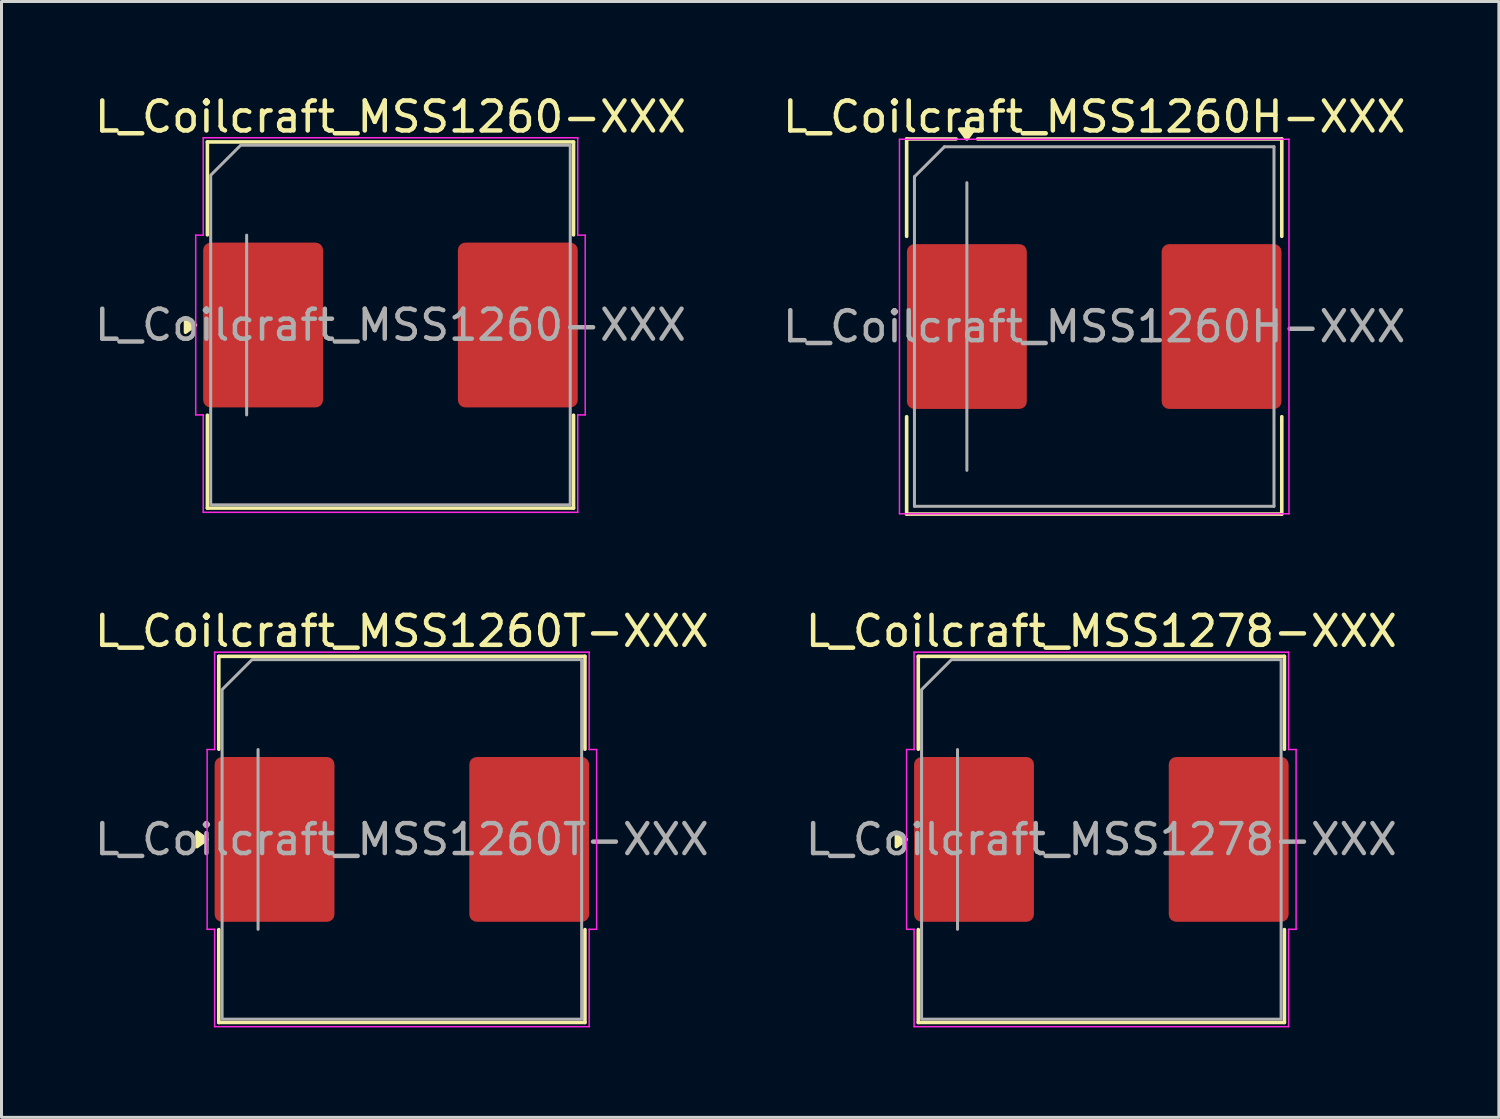
<source format=kicad_pcb>
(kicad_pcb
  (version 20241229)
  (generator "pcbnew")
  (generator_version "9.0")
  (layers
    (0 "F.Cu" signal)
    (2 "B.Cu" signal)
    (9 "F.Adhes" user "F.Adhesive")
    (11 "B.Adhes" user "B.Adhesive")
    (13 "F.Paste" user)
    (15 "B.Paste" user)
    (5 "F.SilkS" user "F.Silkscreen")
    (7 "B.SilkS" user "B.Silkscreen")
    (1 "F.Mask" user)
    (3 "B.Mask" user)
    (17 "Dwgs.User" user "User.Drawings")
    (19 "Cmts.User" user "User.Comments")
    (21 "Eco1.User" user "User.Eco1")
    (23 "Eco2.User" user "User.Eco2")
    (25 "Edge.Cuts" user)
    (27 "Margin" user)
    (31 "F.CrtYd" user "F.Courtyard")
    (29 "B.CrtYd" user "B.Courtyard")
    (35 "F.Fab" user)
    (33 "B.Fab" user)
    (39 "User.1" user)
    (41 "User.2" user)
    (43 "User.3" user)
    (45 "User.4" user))
  (footprint "L_Coilcraft_MSS1260T-XXX"
    (layer "F.Cu")
    (at 10.363 24.966)
    (property "Reference" "L_Coilcraft_MSS1260T-XXX" (at 0 -6.95 0) (layer "F.SilkS") (effects (font (size 1 1) (thickness 0.15))))
    (attr smd)
    (fp_line (start -6.11 -6.11) (end 6.11 -6.11) (stroke (width 0.12) (type solid)) (layer "F.SilkS"))
    (fp_line (start -6.11 -3.01) (end -6.11 -6.11) (stroke (width 0.12) (type solid)) (layer "F.SilkS"))
    (fp_line (start -6.11 6.11) (end -6.11 3.01) (stroke (width 0.12) (type solid)) (layer "F.SilkS"))
    (fp_line (start 6.11 -6.11) (end 6.11 -3.01) (stroke (width 0.12) (type solid)) (layer "F.SilkS"))
    (fp_line (start 6.11 3.01) (end 6.11 6.11) (stroke (width 0.12) (type solid)) (layer "F.SilkS"))
    (fp_line (start 6.11 6.11) (end -6.11 6.11) (stroke (width 0.12) (type solid)) (layer "F.SilkS"))
    (fp_poly (pts (xy -6.51 0) (xy -6.84 0.24) (xy -6.84 -0.24)) (stroke (width 0.12) (type solid)) (fill yes) (layer "F.SilkS"))
    (fp_line (start -6.5 -3) (end -6.25 -3) (stroke (width 0.05) (type solid)) (layer "F.CrtYd"))
    (fp_line (start -6.5 3) (end -6.5 -3) (stroke (width 0.05) (type solid)) (layer "F.CrtYd"))
    (fp_line (start -6.25 -6.25) (end 6.25 -6.25) (stroke (width 0.05) (type solid)) (layer "F.CrtYd"))
    (fp_line (start -6.25 -3) (end -6.25 -6.25) (stroke (width 0.05) (type solid)) (layer "F.CrtYd"))
    (fp_line (start -6.25 3) (end -6.5 3) (stroke (width 0.05) (type solid)) (layer "F.CrtYd"))
    (fp_line (start -6.25 6.25) (end -6.25 3) (stroke (width 0.05) (type solid)) (layer "F.CrtYd"))
    (fp_line (start 6.25 -6.25) (end 6.25 -3) (stroke (width 0.05) (type solid)) (layer "F.CrtYd"))
    (fp_line (start 6.25 -3) (end 6.5 -3) (stroke (width 0.05) (type solid)) (layer "F.CrtYd"))
    (fp_line (start 6.25 3) (end 6.25 6.25) (stroke (width 0.05) (type solid)) (layer "F.CrtYd"))
    (fp_line (start 6.25 6.25) (end -6.25 6.25) (stroke (width 0.05) (type solid)) (layer "F.CrtYd"))
    (fp_line (start 6.5 -3) (end 6.5 3) (stroke (width 0.05) (type solid)) (layer "F.CrtYd"))
    (fp_line (start 6.5 3) (end 6.25 3) (stroke (width 0.05) (type solid)) (layer "F.CrtYd"))
    (fp_line (start -4.8 3) (end -4.8 -3) (stroke (width 0.1) (type solid)) (layer "F.Fab"))
    (fp_poly (pts (xy -6 -5) (xy -6 6) (xy 6 6) (xy 6 -6) (xy -5 -6)) (stroke (width 0.1) (type solid)) (fill no) (layer "F.Fab"))
    (fp_text user "${REFERENCE}" (at 0 0 0) (layer "F.Fab") (effects (font (size 1 1) (thickness 0.15))))
    (pad "1" smd roundrect (at -4.25 0) (size 4 5.5) (layers "F.Cu" "F.Mask" "F.Paste") (roundrect_rratio 0.062))
    (pad "2" smd roundrect (at 4.25 0) (size 4 5.5) (layers "F.Cu" "F.Mask" "F.Paste") (roundrect_rratio 0.062)))
  (footprint "L_Coilcraft_MSS1260H-XXX"
    (layer "F.Cu")
    (at 33.47 7.848)
    (property "Reference" "L_Coilcraft_MSS1260H-XXX" (at 0 -7 0) (layer "F.SilkS") (effects (font (size 1 1) (thickness 0.15))))
    (attr smd)
    (fp_line (start -6.26 -6.26) (end -6.26 -3.01) (stroke (width 0.12) (type solid)) (layer "F.SilkS"))
    (fp_line (start -6.26 -6.26) (end -4.61 -6.26) (stroke (width 0.12) (type solid)) (layer "F.SilkS"))
    (fp_line (start -6.26 6.26) (end -6.26 3.01) (stroke (width 0.12) (type solid)) (layer "F.SilkS"))
    (fp_line (start -6.26 6.26) (end 6.26 6.26) (stroke (width 0.12) (type solid)) (layer "F.SilkS"))
    (fp_line (start -3.89 -6.26) (end 6.26 -6.26) (stroke (width 0.12) (type solid)) (layer "F.SilkS"))
    (fp_line (start 6.26 -6.26) (end 6.26 -3.01) (stroke (width 0.12) (type solid)) (layer "F.SilkS"))
    (fp_line (start 6.26 6.26) (end 6.26 3.01) (stroke (width 0.12) (type solid)) (layer "F.SilkS"))
    (fp_poly (pts (xy -4.25 -6.26) (xy -4.49 -6.59) (xy -4.01 -6.59) (xy -4.25 -6.26)) (stroke (width 0.12) (type solid)) (fill yes) (layer "F.SilkS"))
    (fp_line (start -6.5 -6.25) (end -6.5 6.25) (stroke (width 0.05) (type solid)) (layer "F.CrtYd"))
    (fp_line (start -6.5 6.25) (end 6.5 6.25) (stroke (width 0.05) (type solid)) (layer "F.CrtYd"))
    (fp_line (start 6.5 -6.25) (end -6.5 -6.25) (stroke (width 0.05) (type solid)) (layer "F.CrtYd"))
    (fp_line (start 6.5 6.25) (end 6.5 -6.25) (stroke (width 0.05) (type solid)) (layer "F.CrtYd"))
    (fp_line (start -6 -5) (end -5 -6) (stroke (width 0.1) (type solid)) (layer "F.Fab"))
    (fp_line (start -6 6) (end -6 -5) (stroke (width 0.1) (type solid)) (layer "F.Fab"))
    (fp_line (start -5 -6) (end 6 -6) (stroke (width 0.1) (type solid)) (layer "F.Fab"))
    (fp_line (start -4.25 4.8) (end -4.25 -4.8) (stroke (width 0.1) (type solid)) (layer "F.Fab"))
    (fp_line (start 6 -6) (end 6 6) (stroke (width 0.1) (type solid)) (layer "F.Fab"))
    (fp_line (start 6 6) (end -6 6) (stroke (width 0.1) (type solid)) (layer "F.Fab"))
    (fp_text user "${REFERENCE}" (at 0 0 0) (layer "F.Fab") (effects (font (size 1 1) (thickness 0.15))))
    (pad "1" smd roundrect (at -4.25 0) (size 4 5.5) (layers "F.Cu" "F.Mask" "F.Paste") (roundrect_rratio 0.062))
    (pad "2" smd roundrect (at 4.25 0) (size 4 5.5) (layers "F.Cu" "F.Mask" "F.Paste") (roundrect_rratio 0.062)))
  (footprint "L_Coilcraft_MSS1278-XXX"
    (layer "F.Cu")
    (at 33.708 24.966)
    (property "Reference" "L_Coilcraft_MSS1278-XXX" (at 0 -6.95 0) (layer "F.SilkS") (effects (font (size 1 1) (thickness 0.15))))
    (attr smd)
    (fp_line (start -6.11 -6.11) (end 6.11 -6.11) (stroke (width 0.12) (type solid)) (layer "F.SilkS"))
    (fp_line (start -6.11 -3.01) (end -6.11 -6.11) (stroke (width 0.12) (type solid)) (layer "F.SilkS"))
    (fp_line (start -6.11 6.11) (end -6.11 3.01) (stroke (width 0.12) (type solid)) (layer "F.SilkS"))
    (fp_line (start 6.11 -6.11) (end 6.11 -3.01) (stroke (width 0.12) (type solid)) (layer "F.SilkS"))
    (fp_line (start 6.11 3.01) (end 6.11 6.11) (stroke (width 0.12) (type solid)) (layer "F.SilkS"))
    (fp_line (start 6.11 6.11) (end -6.11 6.11) (stroke (width 0.12) (type solid)) (layer "F.SilkS"))
    (fp_poly (pts (xy -6.51 0) (xy -6.84 0.24) (xy -6.84 -0.24)) (stroke (width 0.12) (type solid)) (fill yes) (layer "F.SilkS"))
    (fp_line (start -6.5 -3) (end -6.25 -3) (stroke (width 0.05) (type solid)) (layer "F.CrtYd"))
    (fp_line (start -6.5 3) (end -6.5 -3) (stroke (width 0.05) (type solid)) (layer "F.CrtYd"))
    (fp_line (start -6.25 -6.25) (end 6.25 -6.25) (stroke (width 0.05) (type solid)) (layer "F.CrtYd"))
    (fp_line (start -6.25 -3) (end -6.25 -6.25) (stroke (width 0.05) (type solid)) (layer "F.CrtYd"))
    (fp_line (start -6.25 3) (end -6.5 3) (stroke (width 0.05) (type solid)) (layer "F.CrtYd"))
    (fp_line (start -6.25 6.25) (end -6.25 3) (stroke (width 0.05) (type solid)) (layer "F.CrtYd"))
    (fp_line (start 6.25 -6.25) (end 6.25 -3) (stroke (width 0.05) (type solid)) (layer "F.CrtYd"))
    (fp_line (start 6.25 -3) (end 6.5 -3) (stroke (width 0.05) (type solid)) (layer "F.CrtYd"))
    (fp_line (start 6.25 3) (end 6.25 6.25) (stroke (width 0.05) (type solid)) (layer "F.CrtYd"))
    (fp_line (start 6.25 6.25) (end -6.25 6.25) (stroke (width 0.05) (type solid)) (layer "F.CrtYd"))
    (fp_line (start 6.5 -3) (end 6.5 3) (stroke (width 0.05) (type solid)) (layer "F.CrtYd"))
    (fp_line (start 6.5 3) (end 6.25 3) (stroke (width 0.05) (type solid)) (layer "F.CrtYd"))
    (fp_line (start -4.8 3) (end -4.8 -3) (stroke (width 0.1) (type solid)) (layer "F.Fab"))
    (fp_poly (pts (xy -6 -5) (xy -6 6) (xy 6 6) (xy 6 -6) (xy -5 -6)) (stroke (width 0.1) (type solid)) (fill no) (layer "F.Fab"))
    (fp_text user "${REFERENCE}" (at 0 0 0) (layer "F.Fab") (effects (font (size 1 1) (thickness 0.15))))
    (pad "1" smd roundrect (at -4.25 0) (size 4 5.5) (layers "F.Cu" "F.Mask" "F.Paste") (roundrect_rratio 0.062))
    (pad "2" smd roundrect (at 4.25 0) (size 4 5.5) (layers "F.Cu" "F.Mask" "F.Paste") (roundrect_rratio 0.062)))
  (footprint "L_Coilcraft_MSS1260-XXX"
    (layer "F.Cu")
    (at 9.982 7.798)
    (property "Reference" "L_Coilcraft_MSS1260-XXX" (at 0 -6.95 0) (layer "F.SilkS") (effects (font (size 1 1) (thickness 0.15))))
    (attr smd)
    (fp_line (start -6.11 -6.11) (end 6.11 -6.11) (stroke (width 0.12) (type solid)) (layer "F.SilkS"))
    (fp_line (start -6.11 -3.01) (end -6.11 -6.11) (stroke (width 0.12) (type solid)) (layer "F.SilkS"))
    (fp_line (start -6.11 6.11) (end -6.11 3.01) (stroke (width 0.12) (type solid)) (layer "F.SilkS"))
    (fp_line (start 6.11 -6.11) (end 6.11 -3.01) (stroke (width 0.12) (type solid)) (layer "F.SilkS"))
    (fp_line (start 6.11 3.01) (end 6.11 6.11) (stroke (width 0.12) (type solid)) (layer "F.SilkS"))
    (fp_line (start 6.11 6.11) (end -6.11 6.11) (stroke (width 0.12) (type solid)) (layer "F.SilkS"))
    (fp_poly (pts (xy -6.51 0) (xy -6.84 0.24) (xy -6.84 -0.24)) (stroke (width 0.12) (type solid)) (fill yes) (layer "F.SilkS"))
    (fp_line (start -6.5 -3) (end -6.25 -3) (stroke (width 0.05) (type solid)) (layer "F.CrtYd"))
    (fp_line (start -6.5 3) (end -6.5 -3) (stroke (width 0.05) (type solid)) (layer "F.CrtYd"))
    (fp_line (start -6.25 -6.25) (end 6.25 -6.25) (stroke (width 0.05) (type solid)) (layer "F.CrtYd"))
    (fp_line (start -6.25 -3) (end -6.25 -6.25) (stroke (width 0.05) (type solid)) (layer "F.CrtYd"))
    (fp_line (start -6.25 3) (end -6.5 3) (stroke (width 0.05) (type solid)) (layer "F.CrtYd"))
    (fp_line (start -6.25 6.25) (end -6.25 3) (stroke (width 0.05) (type solid)) (layer "F.CrtYd"))
    (fp_line (start 6.25 -6.25) (end 6.25 -3) (stroke (width 0.05) (type solid)) (layer "F.CrtYd"))
    (fp_line (start 6.25 -3) (end 6.5 -3) (stroke (width 0.05) (type solid)) (layer "F.CrtYd"))
    (fp_line (start 6.25 3) (end 6.25 6.25) (stroke (width 0.05) (type solid)) (layer "F.CrtYd"))
    (fp_line (start 6.25 6.25) (end -6.25 6.25) (stroke (width 0.05) (type solid)) (layer "F.CrtYd"))
    (fp_line (start 6.5 -3) (end 6.5 3) (stroke (width 0.05) (type solid)) (layer "F.CrtYd"))
    (fp_line (start 6.5 3) (end 6.25 3) (stroke (width 0.05) (type solid)) (layer "F.CrtYd"))
    (fp_line (start -4.8 3) (end -4.8 -3) (stroke (width 0.1) (type solid)) (layer "F.Fab"))
    (fp_poly (pts (xy -6 -5) (xy -6 6) (xy 6 6) (xy 6 -6) (xy -5 -6)) (stroke (width 0.1) (type solid)) (fill no) (layer "F.Fab"))
    (fp_text user "${REFERENCE}" (at 0 0 0) (layer "F.Fab") (effects (font (size 1 1) (thickness 0.15))))
    (pad "1" smd roundrect (at -4.25 0) (size 4 5.5) (layers "F.Cu" "F.Mask" "F.Paste") (roundrect_rratio 0.062))
    (pad "2" smd roundrect (at 4.25 0) (size 4 5.5) (layers "F.Cu" "F.Mask" "F.Paste") (roundrect_rratio 0.062)))
  (gr_rect
    (start -3 -3)
    (end 46.976 34.242)
    (stroke (width 0.1) (type default))
    (fill no)
    (layer "Edge.Cuts")))
</source>
